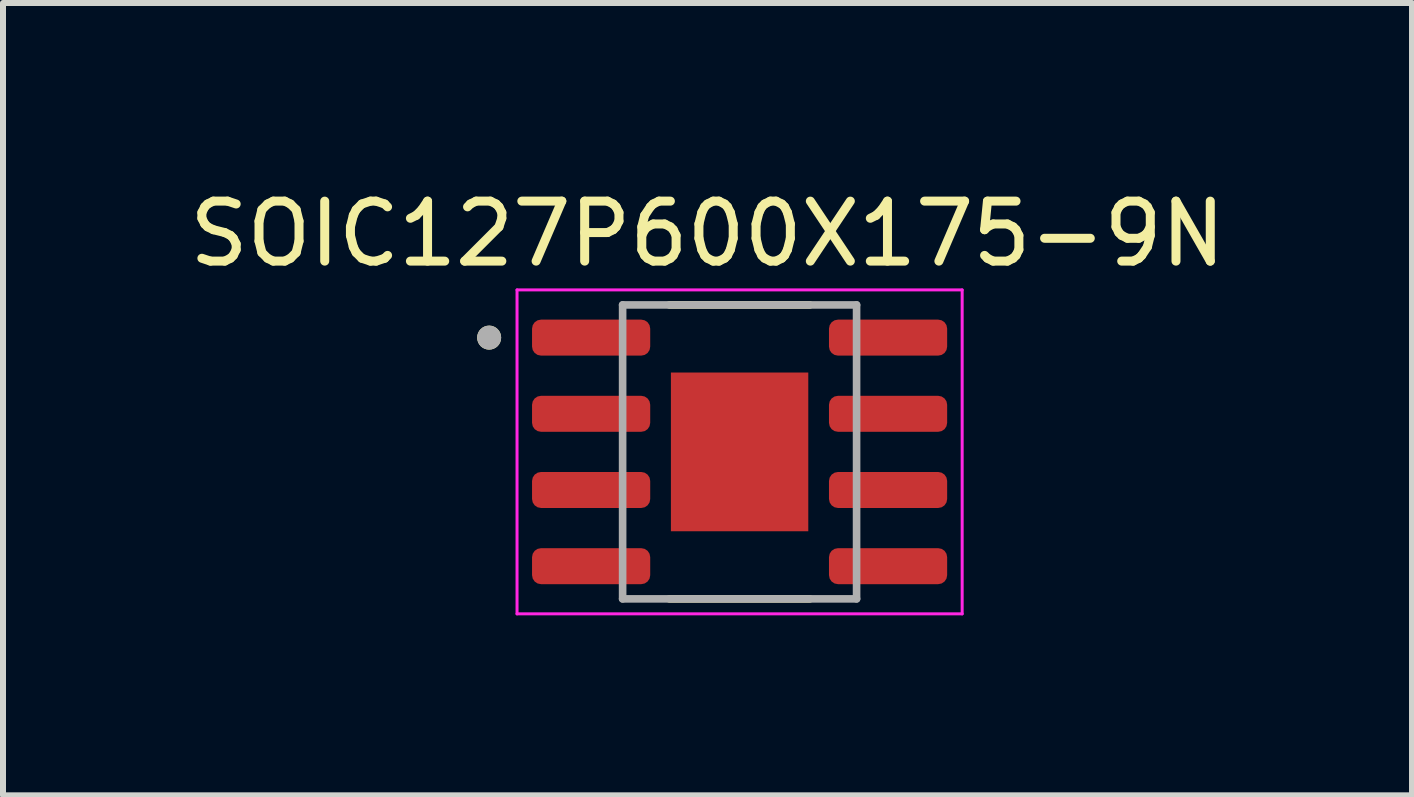
<source format=kicad_pcb>
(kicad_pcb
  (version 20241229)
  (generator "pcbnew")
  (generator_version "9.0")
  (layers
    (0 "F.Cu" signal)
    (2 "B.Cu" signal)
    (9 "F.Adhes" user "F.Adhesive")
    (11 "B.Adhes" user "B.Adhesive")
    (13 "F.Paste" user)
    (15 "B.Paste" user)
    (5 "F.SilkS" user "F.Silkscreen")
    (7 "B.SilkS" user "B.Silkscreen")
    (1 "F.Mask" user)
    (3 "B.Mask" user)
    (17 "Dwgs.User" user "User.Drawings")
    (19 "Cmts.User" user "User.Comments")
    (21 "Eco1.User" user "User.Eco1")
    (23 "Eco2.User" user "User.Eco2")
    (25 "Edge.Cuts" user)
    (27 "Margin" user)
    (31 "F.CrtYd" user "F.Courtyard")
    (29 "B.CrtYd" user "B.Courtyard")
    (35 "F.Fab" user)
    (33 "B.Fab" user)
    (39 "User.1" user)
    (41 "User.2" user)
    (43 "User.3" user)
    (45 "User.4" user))
  (footprint "SOIC127P600X175-9N"
    (layer "F.Cu")
    (at 9.279 4.483)
    (property "Reference" "SOIC127P600X175-9N" (at -0.535 -3.635 0) (layer "F.SilkS") (effects (font (size 1 1) (thickness 0.15))))
    (attr smd)
    (fp_line (start -1.17 -2.45) (end 1.17 -2.45) (stroke (width 0.127) (type solid)) (layer "F.SilkS"))
    (fp_line (start -1.17 2.45) (end 1.17 2.45) (stroke (width 0.127) (type solid)) (layer "F.SilkS"))
    (fp_circle (center -4.175 -1.905) (end -4.075 -1.905) (stroke (width 0.2) (type solid)) (fill no) (layer "F.SilkS"))
    (fp_line (start -3.71 -2.7) (end -3.71 2.7) (stroke (width 0.05) (type solid)) (layer "F.CrtYd"))
    (fp_line (start -3.71 2.7) (end 3.71 2.7) (stroke (width 0.05) (type solid)) (layer "F.CrtYd"))
    (fp_line (start 3.71 -2.7) (end -3.71 -2.7) (stroke (width 0.05) (type solid)) (layer "F.CrtYd"))
    (fp_line (start 3.71 2.7) (end 3.71 -2.7) (stroke (width 0.05) (type solid)) (layer "F.CrtYd"))
    (fp_line (start -1.95 -2.45) (end 1.95 -2.45) (stroke (width 0.127) (type solid)) (layer "F.Fab"))
    (fp_line (start -1.95 2.45) (end -1.95 -2.45) (stroke (width 0.127) (type solid)) (layer "F.Fab"))
    (fp_line (start 1.95 -2.45) (end 1.95 2.45) (stroke (width 0.127) (type solid)) (layer "F.Fab"))
    (fp_line (start 1.95 2.45) (end -1.95 2.45) (stroke (width 0.127) (type solid)) (layer "F.Fab"))
    (fp_circle (center -4.175 -1.905) (end -4.075 -1.905) (stroke (width 0.2) (type solid)) (fill no) (layer "F.Fab"))
    (pad "1" smd roundrect (at -2.475 -1.905) (size 1.97 0.6) (layers "F.Cu" "F.Mask" "F.Paste") (roundrect_rratio 0.25))
    (pad "2" smd roundrect (at -2.475 -0.635) (size 1.97 0.6) (layers "F.Cu" "F.Mask" "F.Paste") (roundrect_rratio 0.25))
    (pad "3" smd roundrect (at -2.475 0.635) (size 1.97 0.6) (layers "F.Cu" "F.Mask" "F.Paste") (roundrect_rratio 0.25))
    (pad "4" smd roundrect (at -2.475 1.905) (size 1.97 0.6) (layers "F.Cu" "F.Mask" "F.Paste") (roundrect_rratio 0.25))
    (pad "5" smd roundrect (at 2.475 1.905) (size 1.97 0.6) (layers "F.Cu" "F.Mask" "F.Paste") (roundrect_rratio 0.25))
    (pad "6" smd roundrect (at 2.475 0.635) (size 1.97 0.6) (layers "F.Cu" "F.Mask" "F.Paste") (roundrect_rratio 0.25))
    (pad "7" smd roundrect (at 2.475 -0.635) (size 1.97 0.6) (layers "F.Cu" "F.Mask" "F.Paste") (roundrect_rratio 0.25))
    (pad "8" smd roundrect (at 2.475 -1.905) (size 1.97 0.6) (layers "F.Cu" "F.Mask" "F.Paste") (roundrect_rratio 0.25))
    (pad "9" smd rect (at 0 0) (size 2.29 2.646) (layers "F.Cu" "F.Mask" "F.Paste")))
  (gr_rect
    (start -3 -3)
    (end 20.488 10.208)
    (stroke (width 0.1) (type default))
    (fill no)
    (layer "Edge.Cuts")))
</source>
